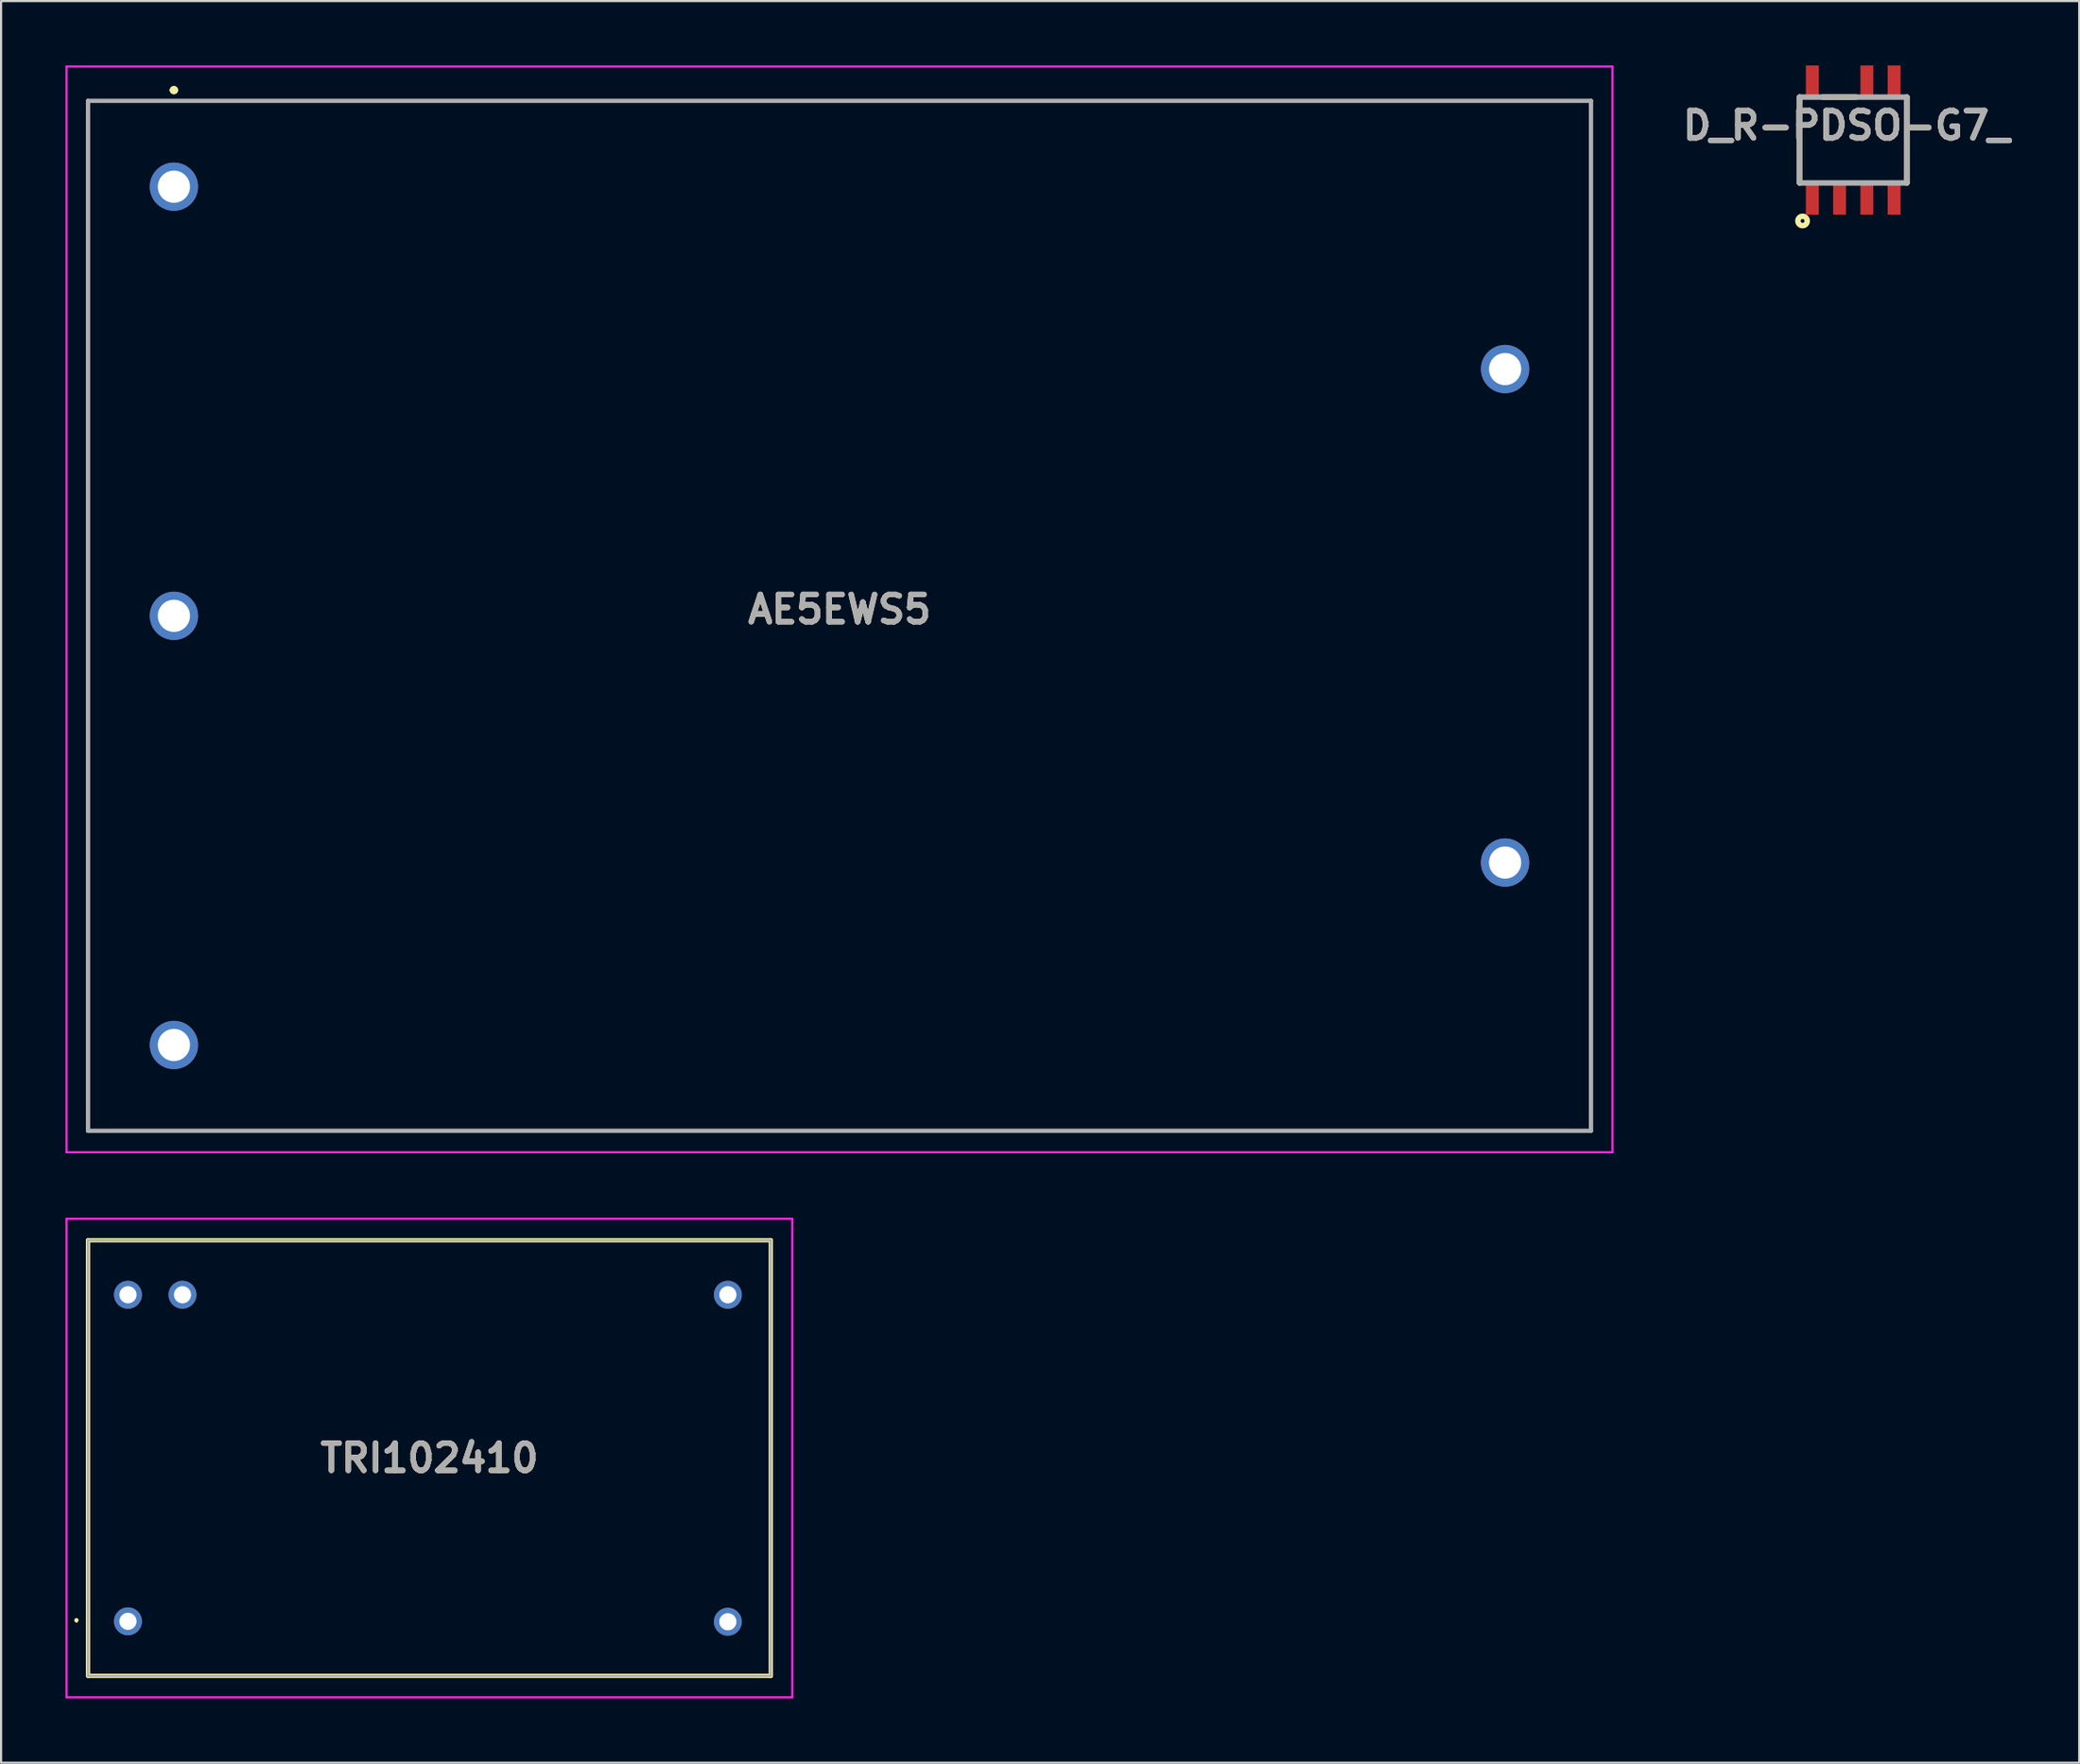
<source format=kicad_pcb>
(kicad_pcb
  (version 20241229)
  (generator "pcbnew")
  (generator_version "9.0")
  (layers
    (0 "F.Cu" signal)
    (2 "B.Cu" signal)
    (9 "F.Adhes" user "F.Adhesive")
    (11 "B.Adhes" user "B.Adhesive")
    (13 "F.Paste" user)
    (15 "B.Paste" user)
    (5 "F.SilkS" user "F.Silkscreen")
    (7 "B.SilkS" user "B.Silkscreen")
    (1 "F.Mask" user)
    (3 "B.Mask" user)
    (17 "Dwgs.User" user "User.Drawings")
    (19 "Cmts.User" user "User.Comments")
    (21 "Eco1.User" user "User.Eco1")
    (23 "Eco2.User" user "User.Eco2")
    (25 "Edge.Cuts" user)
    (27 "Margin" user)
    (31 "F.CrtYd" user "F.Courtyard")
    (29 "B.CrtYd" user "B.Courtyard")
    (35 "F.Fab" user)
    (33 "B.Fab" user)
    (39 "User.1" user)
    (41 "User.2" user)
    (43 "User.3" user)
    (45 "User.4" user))
  (footprint "AE5EWS5"
    (layer "F.Cu")
    (at 5.05 5.65)
    (property "Reference" "AE5EWS5" (at 31 19.7 0) (layer "F.SilkS") (effects (font (size 1.27 1.27) (thickness 0.254))))
    (attr through_hole)
    (fp_line (start -4 -4) (end 66 -4) (stroke (width 0.1) (type solid)) (layer "F.SilkS"))
    (fp_line (start -4 44) (end -4 -4) (stroke (width 0.1) (type solid)) (layer "F.SilkS"))
    (fp_line (start -0.1 -4.5) (end -0.1 -4.5) (stroke (width 0.2) (type solid)) (layer "F.SilkS"))
    (fp_line (start 0.1 -4.5) (end 0.1 -4.5) (stroke (width 0.2) (type solid)) (layer "F.SilkS"))
    (fp_line (start 66 -4) (end 66 44) (stroke (width 0.1) (type solid)) (layer "F.SilkS"))
    (fp_line (start 66 44) (end -4 44) (stroke (width 0.1) (type solid)) (layer "F.SilkS"))
    (fp_arc (start -0.1 -4.5) (mid 0 -4.6) (end 0.1 -4.5) (stroke (width 0.2) (type solid)) (layer "F.SilkS"))
    (fp_arc (start 0.1 -4.5) (mid 0 -4.4) (end -0.1 -4.5) (stroke (width 0.2) (type solid)) (layer "F.SilkS"))
    (fp_line (start -5 -5.6) (end 67 -5.6) (stroke (width 0.1) (type solid)) (layer "F.CrtYd"))
    (fp_line (start -5 45) (end -5 -5.6) (stroke (width 0.1) (type solid)) (layer "F.CrtYd"))
    (fp_line (start 67 -5.6) (end 67 45) (stroke (width 0.1) (type solid)) (layer "F.CrtYd"))
    (fp_line (start 67 45) (end -5 45) (stroke (width 0.1) (type solid)) (layer "F.CrtYd"))
    (fp_line (start -4 -4) (end 66 -4) (stroke (width 0.2) (type solid)) (layer "F.Fab"))
    (fp_line (start -4 44) (end -4 -4) (stroke (width 0.2) (type solid)) (layer "F.Fab"))
    (fp_line (start 66 -4) (end 66 44) (stroke (width 0.2) (type solid)) (layer "F.Fab"))
    (fp_line (start 66 44) (end -4 44) (stroke (width 0.2) (type solid)) (layer "F.Fab"))
    (fp_text user "${REFERENCE}" (at 31 19.7 0) (layer "F.Fab") (effects (font (size 1.27 1.27) (thickness 0.254))))
    (pad "1" thru_hole circle (at 0 0) (size 2.25 2.25) (drill 1.5) (layers "*.Cu" "*.Mask"))
    (pad "2" thru_hole circle (at 0 20) (size 2.25 2.25) (drill 1.5) (layers "*.Cu" "*.Mask"))
    (pad "3" thru_hole circle (at 0 40) (size 2.25 2.25) (drill 1.5) (layers "*.Cu" "*.Mask"))
    (pad "4" thru_hole circle (at 62 31.5) (size 2.25 2.25) (drill 1.5) (layers "*.Cu" "*.Mask"))
    (pad "5" thru_hole circle (at 62 8.5) (size 2.25 2.25) (drill 1.5) (layers "*.Cu" "*.Mask")))
  (footprint "TRI102410"
    (layer "F.Cu")
    (at 2.91 72.51)
    (property "Reference" "TRI102410" (at 14.04 -7.61 0) (layer "F.SilkS") (effects (font (size 1.27 1.27) (thickness 0.254))))
    (attr through_hole)
    (fp_line (start -2.4 -0.1) (end -2.4 -0.1) (stroke (width 0.1) (type solid)) (layer "F.SilkS"))
    (fp_line (start -2.4 0) (end -2.4 0) (stroke (width 0.1) (type solid)) (layer "F.SilkS"))
    (fp_line (start -1.86 -17.76) (end -1.86 2.54) (stroke (width 0.2) (type solid)) (layer "F.SilkS"))
    (fp_line (start -1.86 2.54) (end 29.94 2.54) (stroke (width 0.2) (type solid)) (layer "F.SilkS"))
    (fp_line (start 29.94 -17.76) (end -1.86 -17.76) (stroke (width 0.2) (type solid)) (layer "F.SilkS"))
    (fp_line (start 29.94 2.54) (end 29.94 -17.76) (stroke (width 0.2) (type solid)) (layer "F.SilkS"))
    (fp_arc (start -2.4 -0.1) (mid -2.35 -0.05) (end -2.4 0) (stroke (width 0.1) (type solid)) (layer "F.SilkS"))
    (fp_arc (start -2.4 0) (mid -2.45 -0.05) (end -2.4 -0.1) (stroke (width 0.1) (type solid)) (layer "F.SilkS"))
    (fp_line (start -2.86 -18.76) (end -2.86 3.54) (stroke (width 0.1) (type solid)) (layer "F.CrtYd"))
    (fp_line (start -2.86 3.54) (end 30.94 3.54) (stroke (width 0.1) (type solid)) (layer "F.CrtYd"))
    (fp_line (start 30.94 -18.76) (end -2.86 -18.76) (stroke (width 0.1) (type solid)) (layer "F.CrtYd"))
    (fp_line (start 30.94 3.54) (end 30.94 -18.76) (stroke (width 0.1) (type solid)) (layer "F.CrtYd"))
    (fp_line (start -1.86 -17.76) (end -1.86 2.54) (stroke (width 0.1) (type solid)) (layer "F.Fab"))
    (fp_line (start -1.86 2.54) (end 29.94 2.54) (stroke (width 0.1) (type solid)) (layer "F.Fab"))
    (fp_line (start 29.94 -17.76) (end -1.86 -17.76) (stroke (width 0.1) (type solid)) (layer "F.Fab"))
    (fp_line (start 29.94 2.54) (end 29.94 -17.76) (stroke (width 0.1) (type solid)) (layer "F.Fab"))
    (fp_text user "${REFERENCE}" (at 14.04 -7.61 0) (layer "F.Fab") (effects (font (size 1.27 1.27) (thickness 0.254))))
    (pad "1" thru_hole circle (at 0 0) (size 1.3 1.3) (drill 0.8) (layers "*.Cu" "*.Mask"))
    (pad "12" thru_hole circle (at 27.94 0.02) (size 1.3 1.3) (drill 0.8) (layers "*.Cu" "*.Mask"))
    (pad "13" thru_hole circle (at 27.94 -15.22) (size 1.3 1.3) (drill 0.8) (layers "*.Cu" "*.Mask"))
    (pad "23" thru_hole circle (at 2.54 -15.22) (size 1.3 1.3) (drill 0.8) (layers "*.Cu" "*.Mask"))
    (pad "24" thru_hole circle (at 0 -15.22) (size 1.3 1.3) (drill 0.8) (layers "*.Cu" "*.Mask")))
  (footprint "D_R-PDSO-G7_"
    (layer "F.Cu")
    (at 83.263 3.475)
    (property "Reference" "D_R-PDSO-G7_" (at -0.319 -0.674 0) (layer "F.SilkS") (effects (font (size 1.27 1.27) (thickness 0.254))))
    (attr smd)
    (fp_line (start -2.5 2) (end -2.5 -2) (stroke (width 0.254) (type solid)) (layer "F.SilkS"))
    (fp_line (start -1.424 -2) (end 0.134 -2) (stroke (width 0.254) (type solid)) (layer "F.SilkS"))
    (fp_line (start 2.5 2) (end 2.5 -2) (stroke (width 0.254) (type solid)) (layer "F.SilkS"))
    (fp_circle (center -2.359 3.772) (end -2.359 3.863) (stroke (width 0.254) (type solid)) (fill no) (layer "F.SilkS"))
    (fp_line (start -2.5 -2) (end 2.5 -2) (stroke (width 0.254) (type solid)) (layer "F.Fab"))
    (fp_line (start -2.5 2) (end -2.5 -2) (stroke (width 0.254) (type solid)) (layer "F.Fab"))
    (fp_line (start 2.5 -2) (end 2.5 2) (stroke (width 0.254) (type solid)) (layer "F.Fab"))
    (fp_line (start 2.5 2) (end -2.5 2) (stroke (width 0.254) (type solid)) (layer "F.Fab"))
    (fp_text user "${REFERENCE}" (at -0.319 -0.674 0) (layer "F.Fab") (effects (font (size 1.27 1.27) (thickness 0.254))))
    (pad "1" smd rect (at -1.905 2.7) (size 0.6 1.55) (layers "F.Cu" "F.Mask" "F.Paste"))
    (pad "2" smd rect (at -0.635 2.7) (size 0.6 1.55) (layers "F.Cu" "F.Mask" "F.Paste"))
    (pad "3" smd rect (at 0.635 2.7) (size 0.6 1.55) (layers "F.Cu" "F.Mask" "F.Paste"))
    (pad "4" smd rect (at 1.905 2.7) (size 0.6 1.55) (layers "F.Cu" "F.Mask" "F.Paste"))
    (pad "5" smd rect (at 1.905 -2.7) (size 0.6 1.55) (layers "F.Cu" "F.Mask" "F.Paste"))
    (pad "6" smd rect (at 0.635 -2.7) (size 0.6 1.55) (layers "F.Cu" "F.Mask" "F.Paste"))
    (pad "7" smd rect (at -1.905 -2.7) (size 0.6 1.55) (layers "F.Cu" "F.Mask" "F.Paste")))
  (gr_rect
    (start -3 -3)
    (end 93.788 79.1)
    (stroke (width 0.1) (type default))
    (fill no)
    (layer "Edge.Cuts")))
</source>
